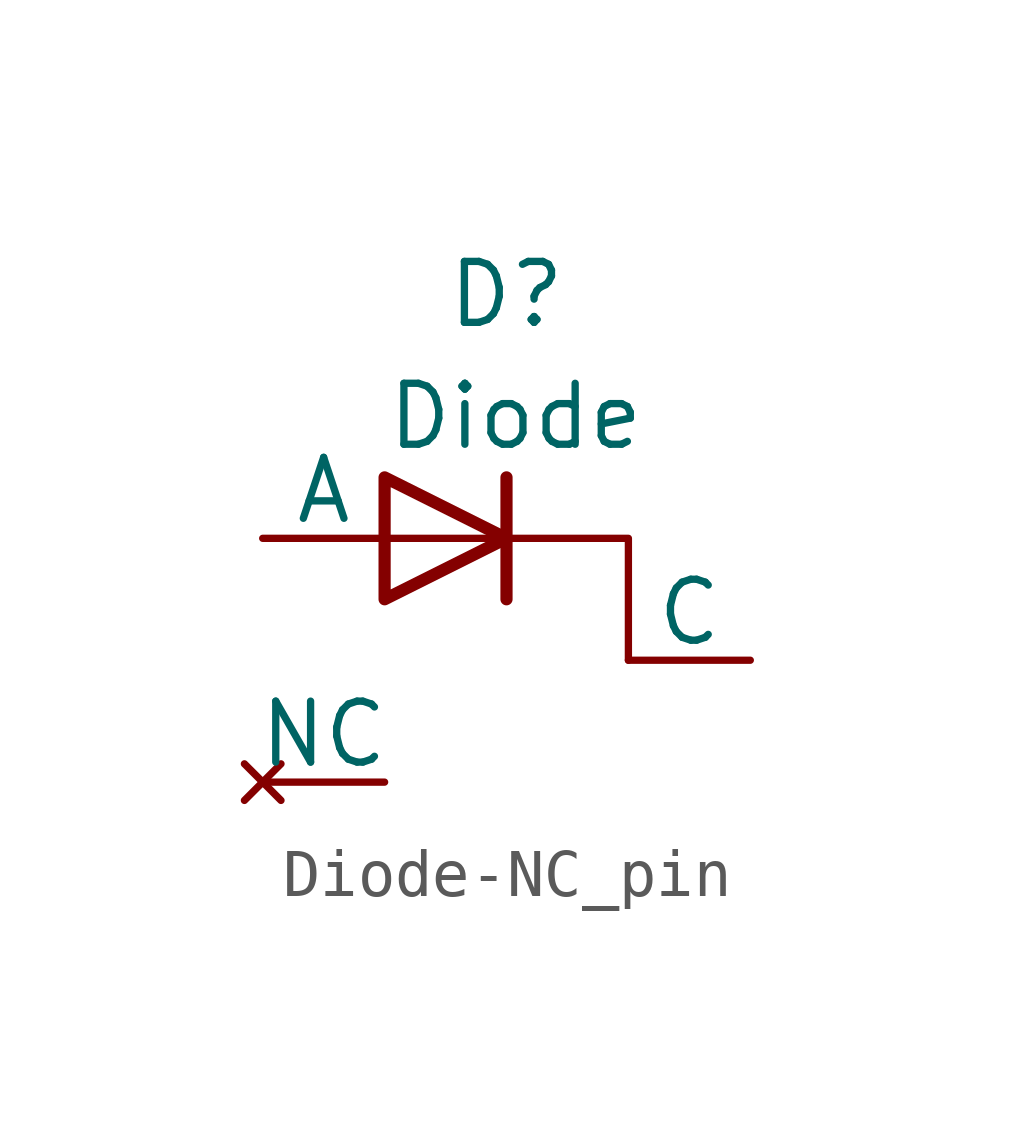
<source format=kicad_sym>
(kicad_symbol_lib
  (version 20241209)
  (generator "kicad_symbol_editor")
  (generator_version "9.0")
  (symbol "Diode-NC_pin"
    (pin_numbers
      (hide yes))
    (pin_names
      (offset 0))
    (property "Reference" "D"
      (at 0 7.62 0)
      (effects (font (size 1.27 1.27))))
    (property "Value" "Diode"
      (at -2.54 5.08 0)
      (effects (font (size 1.27 1.27)) (justify left)))
    (symbol "Diode-NC_pin_0_1"
      (polyline (pts (xy -2.54 2.54) (xy 0 2.54)) (stroke (width 0) (type default)) (fill (type none)))
      (polyline (pts (xy -2.54 1.27) (xy -2.54 3.81) (xy 0 2.54) (xy -2.54 1.27)) (stroke (width 0.254) (type default)) (fill (type none)))
      (polyline (pts (xy 0 1.27) (xy 0 3.81)) (stroke (width 0.254) (type default)) (fill (type none)))
      (polyline (pts (xy 2.54 0) (xy 2.54 2.54) (xy 0 2.54)) (stroke (width 0) (type default)) (fill (type none))))
    (symbol "Diode-NC_pin_1_1"
      (pin passive line (at -5.08 2.54 0) (length 2.54) (name "A" (effects (font (size 1.27 1.27)))) (number "1" (effects (font (size 1.27 1.27)))))
      (pin no_connect line (at -5.08 -2.54 0) (length 2.54) (name "NC" (effects (font (size 1.27 1.27)))) (number "3" (effects (font (size 1.27 1.27)))))
      (pin passive line (at 5.08 0 180) (length 2.54) (name "C" (effects (font (size 1.27 1.27)))) (number "2" (effects (font (size 1.27 1.27))))))))
</source>
